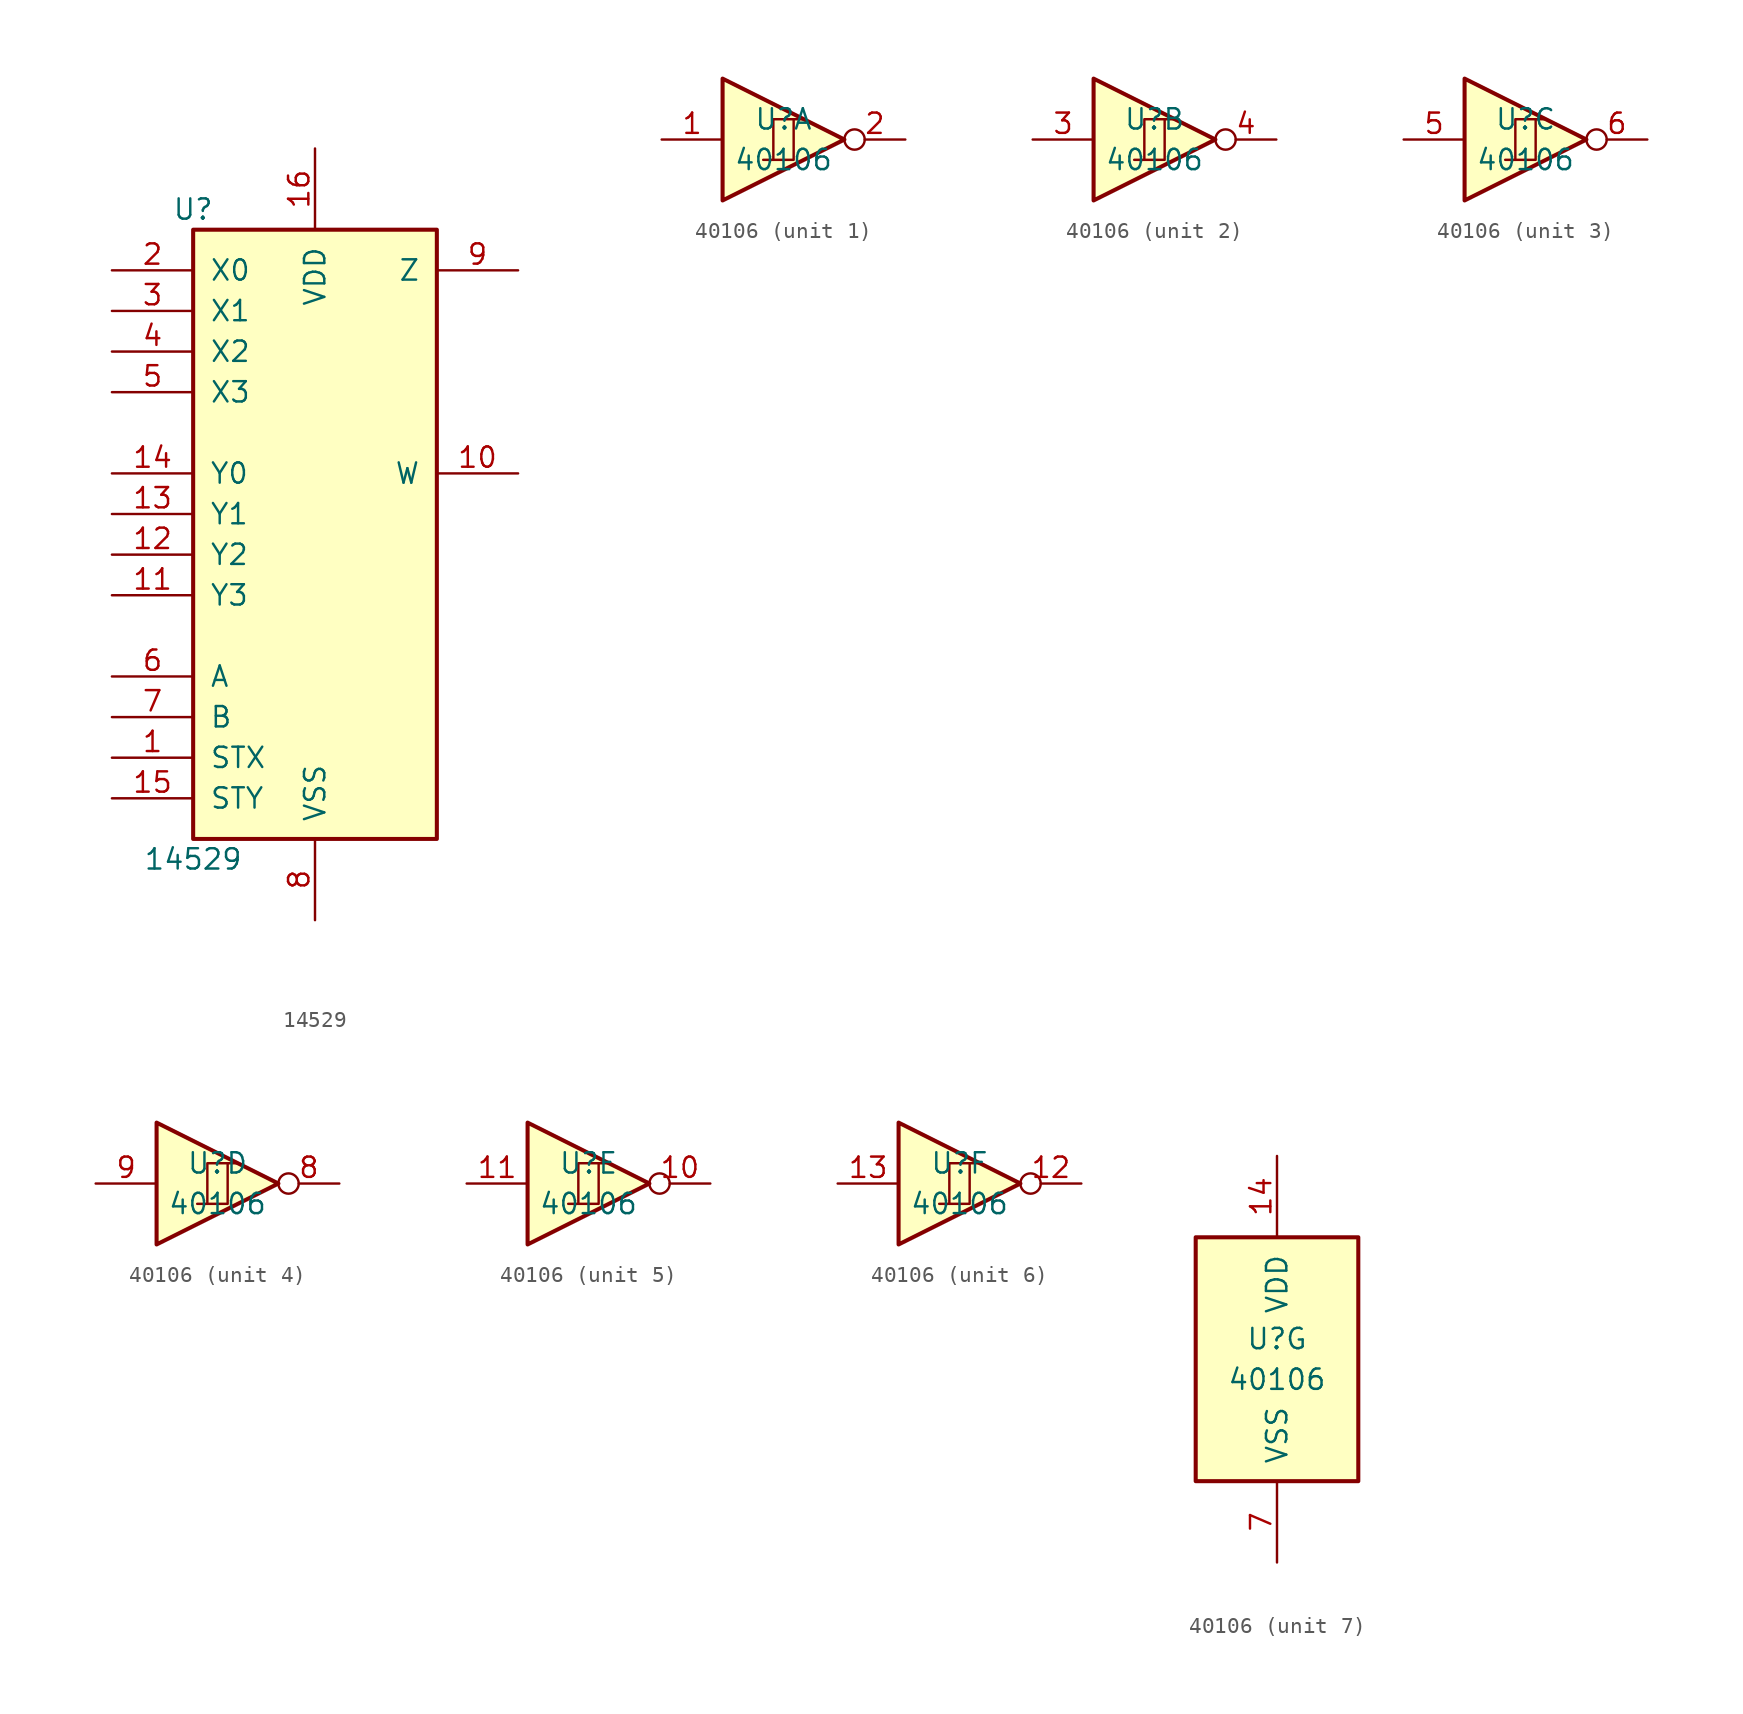
<source format=kicad_sym>
(kicad_symbol_lib
  (version 20211014)
  (generator kicad_symbol_editor)
  (symbol "14529"
    (pin_names
      (offset 1.016))
    (property "Reference" "U"
      (at -7.62 19.05 0)
      (effects (font (size 1.27 1.27))))
    (property "Value" "14529"
      (at -7.62 -21.59 0)
      (effects (font (size 1.27 1.27))))
    (property "ki_locked" ""
      (at 0 0 0)
      (effects (font (size 1.27 1.27))))
    (symbol "14529_1_0"
      (pin input line (at -12.7 -15.24 0) (length 5.08) (name "STX" (effects (font (size 1.27 1.27)))) (number "1" (effects (font (size 1.27 1.27)))))
      (pin tri_state line (at 12.7 2.54 180) (length 5.08) (name "W" (effects (font (size 1.27 1.27)))) (number "10" (effects (font (size 1.27 1.27)))))
      (pin input line (at -12.7 -5.08 0) (length 5.08) (name "Y3" (effects (font (size 1.27 1.27)))) (number "11" (effects (font (size 1.27 1.27)))))
      (pin input line (at -12.7 -2.54 0) (length 5.08) (name "Y2" (effects (font (size 1.27 1.27)))) (number "12" (effects (font (size 1.27 1.27)))))
      (pin input line (at -12.7 0 0) (length 5.08) (name "Y1" (effects (font (size 1.27 1.27)))) (number "13" (effects (font (size 1.27 1.27)))))
      (pin input line (at -12.7 2.54 0) (length 5.08) (name "Y0" (effects (font (size 1.27 1.27)))) (number "14" (effects (font (size 1.27 1.27)))))
      (pin input line (at -12.7 -17.78 0) (length 5.08) (name "STY" (effects (font (size 1.27 1.27)))) (number "15" (effects (font (size 1.27 1.27)))))
      (pin power_in line (at 0 22.86 270) (length 5.08) (name "VDD" (effects (font (size 1.27 1.27)))) (number "16" (effects (font (size 1.27 1.27)))))
      (pin input line (at -12.7 15.24 0) (length 5.08) (name "X0" (effects (font (size 1.27 1.27)))) (number "2" (effects (font (size 1.27 1.27)))))
      (pin input line (at -12.7 12.7 0) (length 5.08) (name "X1" (effects (font (size 1.27 1.27)))) (number "3" (effects (font (size 1.27 1.27)))))
      (pin input line (at -12.7 10.16 0) (length 5.08) (name "X2" (effects (font (size 1.27 1.27)))) (number "4" (effects (font (size 1.27 1.27)))))
      (pin input line (at -12.7 7.62 0) (length 5.08) (name "X3" (effects (font (size 1.27 1.27)))) (number "5" (effects (font (size 1.27 1.27)))))
      (pin input line (at -12.7 -10.16 0) (length 5.08) (name "A" (effects (font (size 1.27 1.27)))) (number "6" (effects (font (size 1.27 1.27)))))
      (pin input line (at -12.7 -12.7 0) (length 5.08) (name "B" (effects (font (size 1.27 1.27)))) (number "7" (effects (font (size 1.27 1.27)))))
      (pin power_in line (at 0 -25.4 90) (length 5.08) (name "VSS" (effects (font (size 1.27 1.27)))) (number "8" (effects (font (size 1.27 1.27)))))
      (pin tri_state line (at 12.7 15.24 180) (length 5.08) (name "Z" (effects (font (size 1.27 1.27)))) (number "9" (effects (font (size 1.27 1.27))))))
    (symbol "14529_1_1"
      (rectangle (start -7.62 17.78) (end 7.62 -20.32) (stroke (width 0.254) (type default) (color 0 0 0 0)) (fill (type background)))))
  (symbol "40106"
    (pin_names
      (offset 1.016))
    (property "Reference" "U"
      (at 0 1.27 0)
      (effects (font (size 1.27 1.27))))
    (property "Value" "40106"
      (at 0 -1.27 0)
      (effects (font (size 1.27 1.27))))
    (property "ki_locked" ""
      (at 0 0 0)
      (effects (font (size 1.27 1.27))))
    (symbol "40106_1_0"
      (polyline (pts (xy -0.635 -1.27) (xy -0.635 1.27) (xy 0.635 1.27)) (stroke (width 0) (type default) (color 0 0 0 0)) (fill (type none)))
      (polyline (pts (xy -3.81 3.81) (xy -3.81 -3.81) (xy 3.81 0) (xy -3.81 3.81)) (stroke (width 0.254) (type default) (color 0 0 0 0)) (fill (type background)))
      (polyline (pts (xy -1.27 -1.27) (xy 0.635 -1.27) (xy 0.635 1.27) (xy 1.27 1.27)) (stroke (width 0) (type default) (color 0 0 0 0)) (fill (type none)))
      (pin input line (at -7.62 0 0) (length 3.81) (name "~" (effects (font (size 1.27 1.27)))) (number "1" (effects (font (size 1.27 1.27)))))
      (pin output inverted (at 7.62 0 180) (length 3.81) (name "~" (effects (font (size 1.27 1.27)))) (number "2" (effects (font (size 1.27 1.27))))))
    (symbol "40106_2_0"
      (polyline (pts (xy -0.635 -1.27) (xy -0.635 1.27) (xy 0.635 1.27)) (stroke (width 0) (type default) (color 0 0 0 0)) (fill (type none)))
      (polyline (pts (xy -3.81 3.81) (xy -3.81 -3.81) (xy 3.81 0) (xy -3.81 3.81)) (stroke (width 0.254) (type default) (color 0 0 0 0)) (fill (type background)))
      (polyline (pts (xy -1.27 -1.27) (xy 0.635 -1.27) (xy 0.635 1.27) (xy 1.27 1.27)) (stroke (width 0) (type default) (color 0 0 0 0)) (fill (type none)))
      (pin input line (at -7.62 0 0) (length 3.81) (name "~" (effects (font (size 1.27 1.27)))) (number "3" (effects (font (size 1.27 1.27)))))
      (pin output inverted (at 7.62 0 180) (length 3.81) (name "~" (effects (font (size 1.27 1.27)))) (number "4" (effects (font (size 1.27 1.27))))))
    (symbol "40106_3_0"
      (polyline (pts (xy -0.635 -1.27) (xy -0.635 1.27) (xy 0.635 1.27)) (stroke (width 0) (type default) (color 0 0 0 0)) (fill (type none)))
      (polyline (pts (xy -3.81 3.81) (xy -3.81 -3.81) (xy 3.81 0) (xy -3.81 3.81)) (stroke (width 0.254) (type default) (color 0 0 0 0)) (fill (type background)))
      (polyline (pts (xy -1.27 -1.27) (xy 0.635 -1.27) (xy 0.635 1.27) (xy 1.27 1.27)) (stroke (width 0) (type default) (color 0 0 0 0)) (fill (type none)))
      (pin input line (at -7.62 0 0) (length 3.81) (name "~" (effects (font (size 1.27 1.27)))) (number "5" (effects (font (size 1.27 1.27)))))
      (pin output inverted (at 7.62 0 180) (length 3.81) (name "~" (effects (font (size 1.27 1.27)))) (number "6" (effects (font (size 1.27 1.27))))))
    (symbol "40106_4_0"
      (polyline (pts (xy -0.635 -1.27) (xy -0.635 1.27) (xy 0.635 1.27)) (stroke (width 0) (type default) (color 0 0 0 0)) (fill (type none)))
      (polyline (pts (xy -3.81 3.81) (xy -3.81 -3.81) (xy 3.81 0) (xy -3.81 3.81)) (stroke (width 0.254) (type default) (color 0 0 0 0)) (fill (type background)))
      (polyline (pts (xy -1.27 -1.27) (xy 0.635 -1.27) (xy 0.635 1.27) (xy 1.27 1.27)) (stroke (width 0) (type default) (color 0 0 0 0)) (fill (type none)))
      (pin output inverted (at 7.62 0 180) (length 3.81) (name "~" (effects (font (size 1.27 1.27)))) (number "8" (effects (font (size 1.27 1.27)))))
      (pin input line (at -7.62 0 0) (length 3.81) (name "~" (effects (font (size 1.27 1.27)))) (number "9" (effects (font (size 1.27 1.27))))))
    (symbol "40106_5_0"
      (polyline (pts (xy -0.635 -1.27) (xy -0.635 1.27) (xy 0.635 1.27)) (stroke (width 0) (type default) (color 0 0 0 0)) (fill (type none)))
      (polyline (pts (xy -3.81 3.81) (xy -3.81 -3.81) (xy 3.81 0) (xy -3.81 3.81)) (stroke (width 0.254) (type default) (color 0 0 0 0)) (fill (type background)))
      (polyline (pts (xy -1.27 -1.27) (xy 0.635 -1.27) (xy 0.635 1.27) (xy 1.27 1.27)) (stroke (width 0) (type default) (color 0 0 0 0)) (fill (type none)))
      (pin output inverted (at 7.62 0 180) (length 3.81) (name "~" (effects (font (size 1.27 1.27)))) (number "10" (effects (font (size 1.27 1.27)))))
      (pin input line (at -7.62 0 0) (length 3.81) (name "~" (effects (font (size 1.27 1.27)))) (number "11" (effects (font (size 1.27 1.27))))))
    (symbol "40106_6_0"
      (polyline (pts (xy -0.635 -1.27) (xy -0.635 1.27) (xy 0.635 1.27)) (stroke (width 0) (type default) (color 0 0 0 0)) (fill (type none)))
      (polyline (pts (xy -3.81 3.81) (xy -3.81 -3.81) (xy 3.81 0) (xy -3.81 3.81)) (stroke (width 0.254) (type default) (color 0 0 0 0)) (fill (type background)))
      (polyline (pts (xy -1.27 -1.27) (xy 0.635 -1.27) (xy 0.635 1.27) (xy 1.27 1.27)) (stroke (width 0) (type default) (color 0 0 0 0)) (fill (type none)))
      (pin output inverted (at 7.62 0 180) (length 3.81) (name "~" (effects (font (size 1.27 1.27)))) (number "12" (effects (font (size 1.27 1.27)))))
      (pin input line (at -7.62 0 0) (length 3.81) (name "~" (effects (font (size 1.27 1.27)))) (number "13" (effects (font (size 1.27 1.27))))))
    (symbol "40106_7_0"
      (pin power_in line (at 0 12.7 270) (length 5.08) (name "VDD" (effects (font (size 1.27 1.27)))) (number "14" (effects (font (size 1.27 1.27)))))
      (pin power_in line (at 0 -12.7 90) (length 5.08) (name "VSS" (effects (font (size 1.27 1.27)))) (number "7" (effects (font (size 1.27 1.27))))))
    (symbol "40106_7_1"
      (rectangle (start -5.08 7.62) (end 5.08 -7.62) (stroke (width 0.254) (type default) (color 0 0 0 0)) (fill (type background))))))
</source>
